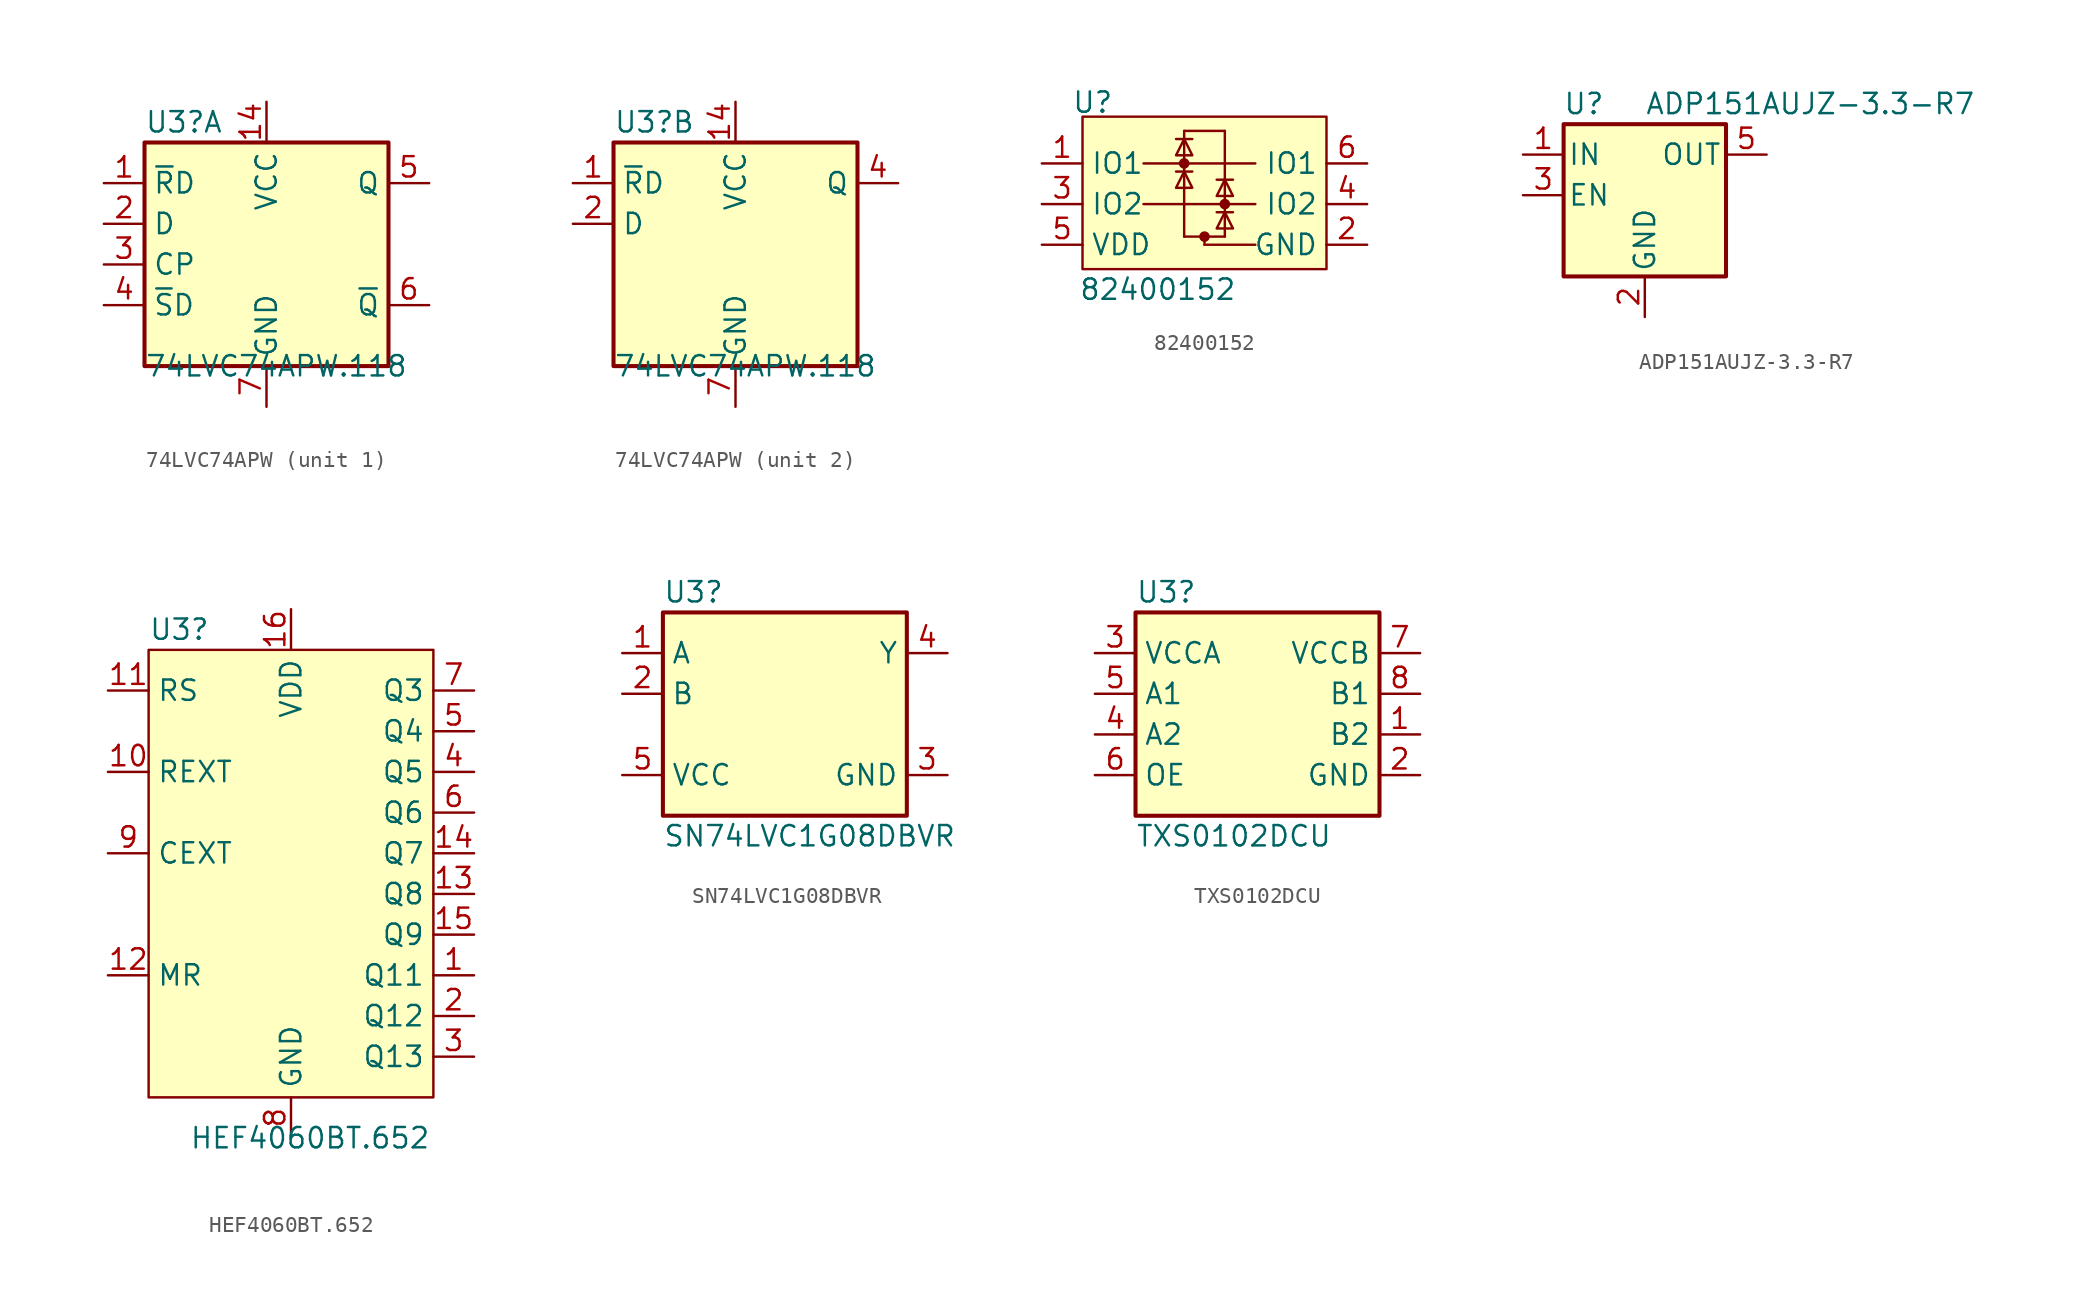
<source format=kicad_sym>
(kicad_symbol_lib
  (version 20220914)
  (generator kicad_symbol_editor)
  (symbol "74LVC74APW"
    (property "Reference" "U3"
      (at 2.54 3.81 0)
      (effects (font (size 1.27 1.27)) (justify left)))
    (property "Value" "74LVC74APW.118"
      (at 2.54 -11.43 0)
      (effects (font (size 1.27 1.27)) (justify left)))
    (symbol "74LVC74APW_0_1"
      (rectangle (start 2.54 2.54) (end 17.78 -11.43) (stroke (width 0.254) (type default)) (fill (type background)))
      (pin power_in line (at 10.16 5.08 270) (length 2.54) (name "VCC" (effects (font (size 1.27 1.27)))) (number "14" (effects (font (size 1.27 1.27)))))
      (pin power_in line (at 10.16 -13.97 90) (length 2.54) (name "GND" (effects (font (size 1.27 1.27)))) (number "7" (effects (font (size 1.27 1.27))))))
    (symbol "74LVC74APW_1_1"
      (pin bidirectional line (at 0 0 0) (length 2.54) (name "~{R}D" (effects (font (size 1.27 1.27)))) (number "1" (effects (font (size 1.27 1.27)))))
      (pin bidirectional line (at 0 -2.54 0) (length 2.54) (name "D" (effects (font (size 1.27 1.27)))) (number "2" (effects (font (size 1.27 1.27)))))
      (pin bidirectional line (at 0 -5.08 0) (length 2.54) (name "CP" (effects (font (size 1.27 1.27)))) (number "3" (effects (font (size 1.27 1.27)))))
      (pin bidirectional line (at 0 -7.62 0) (length 2.54) (name "~{S}D" (effects (font (size 1.27 1.27)))) (number "4" (effects (font (size 1.27 1.27)))))
      (pin bidirectional line (at 20.32 0 180) (length 2.54) (name "Q" (effects (font (size 1.27 1.27)))) (number "5" (effects (font (size 1.27 1.27)))))
      (pin bidirectional line (at 20.32 -7.62 180) (length 2.54) (name "~{Q}" (effects (font (size 1.27 1.27)))) (number "6" (effects (font (size 1.27 1.27))))))
    (symbol "74LVC74APW_2_1"
      (pin bidirectional line (at 0 0 0) (length 2.54) (name "~{R}D" (effects (font (size 1.27 1.27)))) (number "1" (effects (font (size 1.27 1.27)))))
      (pin bidirectional line (at 0 -2.54 0) (length 2.54) (name "D" (effects (font (size 1.27 1.27)))) (number "2" (effects (font (size 1.27 1.27)))))
      (pin bidirectional line (at 20.32 0 180) (length 2.54) (name "Q" (effects (font (size 1.27 1.27)))) (number "4" (effects (font (size 1.27 1.27)))))))
  (symbol "82400152"
    (property "Reference" "U"
      (at -8.255 6.35 0)
      (effects (font (size 1.27 1.27))))
    (property "Value" "82400152"
      (at -4.191 -5.334 0)
      (effects (font (size 1.27 1.27))))
    (symbol "82400152_0_1"
      (circle (center -2.54 2.54) (radius 0.254) (stroke (width 0) (type default)) (fill (type outline)))
      (circle (center -1.27 -2.032) (radius 0.254) (stroke (width 0) (type default)) (fill (type outline)))
      (polyline (pts (xy -2.54 2.54) (xy 1.905 2.54)) (stroke (width 0) (type default)) (fill (type none)))
      (polyline (pts (xy -2.54 4.572) (xy -2.54 -2.032)) (stroke (width 0) (type default)) (fill (type none)))
      (polyline (pts (xy -2.54 4.572) (xy 0 4.572)) (stroke (width 0) (type default)) (fill (type none)))
      (polyline (pts (xy -2.032 2.032) (xy -3.048 2.032)) (stroke (width 0) (type default)) (fill (type none)))
      (polyline (pts (xy -2.032 4.064) (xy -3.048 4.064)) (stroke (width 0) (type default)) (fill (type none)))
      (polyline (pts (xy 0 -2.032) (xy -2.54 -2.032)) (stroke (width 0) (type default)) (fill (type none)))
      (polyline (pts (xy 0 -2.032) (xy 0 4.572)) (stroke (width 0) (type default)) (fill (type none)))
      (polyline (pts (xy 0 0) (xy 1.905 0)) (stroke (width 0) (type default)) (fill (type none)))
      (polyline (pts (xy 0.508 -0.508) (xy -0.508 -0.508)) (stroke (width 0) (type default)) (fill (type none)))
      (polyline (pts (xy 0.508 1.524) (xy -0.508 1.524)) (stroke (width 0) (type default)) (fill (type none)))
      (polyline (pts (xy -2.54 2.032) (xy -3.048 1.016) (xy -2.032 1.016) (xy -2.54 2.032)) (stroke (width 0) (type default)) (fill (type none)))
      (polyline (pts (xy -2.54 4.064) (xy -3.048 3.048) (xy -2.032 3.048) (xy -2.54 4.064)) (stroke (width 0) (type default)) (fill (type none)))
      (polyline (pts (xy 0 -0.508) (xy -0.508 -1.524) (xy 0.508 -1.524) (xy 0 -0.508)) (stroke (width 0) (type default)) (fill (type none)))
      (polyline (pts (xy 0 1.524) (xy -0.508 0.508) (xy 0.508 0.508) (xy 0 1.524)) (stroke (width 0) (type default)) (fill (type none)))
      (circle (center 0 0) (radius 0.254) (stroke (width 0) (type default)) (fill (type outline))))
    (symbol "82400152_1_1"
      (rectangle (start -8.89 5.461) (end 6.35 -4.064) (stroke (width 0) (type default)) (fill (type background)))
      (polyline (pts (xy -2.54 2.54) (xy -5.08 2.54)) (stroke (width 0) (type default)) (fill (type none)))
      (polyline (pts (xy -1.27 -2.54) (xy 1.905 -2.54)) (stroke (width 0) (type default)) (fill (type none)))
      (polyline (pts (xy -1.27 -2.032) (xy -1.27 -2.54)) (stroke (width 0) (type default)) (fill (type none)))
      (polyline (pts (xy 0 0) (xy -5.08 0)) (stroke (width 0) (type default)) (fill (type none)))
      (pin passive line (at -11.43 2.54 0) (length 2.54) (name "IO1" (effects (font (size 1.27 1.27)))) (number "1" (effects (font (size 1.27 1.27)))))
      (pin passive line (at 8.89 -2.54 180) (length 2.54) (name "GND" (effects (font (size 1.27 1.27)))) (number "2" (effects (font (size 1.27 1.27)))))
      (pin passive line (at -11.43 0 0) (length 2.54) (name "IO2" (effects (font (size 1.27 1.27)))) (number "3" (effects (font (size 1.27 1.27)))))
      (pin passive line (at 8.89 0 180) (length 2.54) (name "IO2" (effects (font (size 1.27 1.27)))) (number "4" (effects (font (size 1.27 1.27)))))
      (pin passive line (at -11.43 -2.54 0) (length 2.54) (name "VDD" (effects (font (size 1.27 1.27)))) (number "5" (effects (font (size 1.27 1.27)))))
      (pin passive line (at 8.89 2.54 180) (length 2.54) (name "IO1" (effects (font (size 1.27 1.27)))) (number "6" (effects (font (size 1.27 1.27)))))))
  (symbol "ADP151AUJZ-3.3-R7"
    (pin_names
      (offset 0.254))
    (property "Reference" "U"
      (at -3.81 5.715 0)
      (effects (font (size 1.27 1.27))))
    (property "Value" "ADP151AUJZ-3.3-R7"
      (at 0 5.715 0)
      (effects (font (size 1.27 1.27)) (justify left)))
    (symbol "ADP151AUJZ-3.3-R7_0_1"
      (rectangle (start -5.08 4.445) (end 5.08 -5.08) (stroke (width 0.254) (type default)) (fill (type background))))
    (symbol "ADP151AUJZ-3.3-R7_1_1"
      (pin power_in line (at -7.62 2.54 0) (length 2.54) (name "IN" (effects (font (size 1.27 1.27)))) (number "1" (effects (font (size 1.27 1.27)))))
      (pin power_in line (at 0 -7.62 90) (length 2.54) (name "GND" (effects (font (size 1.27 1.27)))) (number "2" (effects (font (size 1.27 1.27)))))
      (pin input line (at -7.62 0 0) (length 2.54) (name "EN" (effects (font (size 1.27 1.27)))) (number "3" (effects (font (size 1.27 1.27)))))
      (pin no_connect line (at 5.08 0 180) (length 2.54) hide (name "NC" (effects (font (size 1.27 1.27)))) (number "4" (effects (font (size 1.27 1.27)))))
      (pin power_out line (at 7.62 2.54 180) (length 2.54) (name "OUT" (effects (font (size 1.27 1.27)))) (number "5" (effects (font (size 1.27 1.27)))))))
  (symbol "HEF4060BT.652"
    (property "Reference" "U3"
      (at 2.54 3.81 0)
      (effects (font (size 1.27 1.27)) (justify left)))
    (property "Value" "HEF4060BT.652"
      (at 5.08 -27.94 0)
      (effects (font (size 1.27 1.27)) (justify left)))
    (symbol "HEF4060BT.652_1_0"
      (pin output line (at 22.86 -17.78 180) (length 2.54) (name "Q11" (effects (font (size 1.27 1.27)))) (number "1" (effects (font (size 1.27 1.27)))))
      (pin input line (at 0 0 0) (length 2.54) (name "RS" (effects (font (size 1.27 1.27)))) (number "11" (effects (font (size 1.27 1.27)))))
      (pin input line (at 0 -17.78 0) (length 2.54) (name "MR" (effects (font (size 1.27 1.27)))) (number "12" (effects (font (size 1.27 1.27)))))
      (pin output line (at 22.86 -12.7 180) (length 2.54) (name "Q8" (effects (font (size 1.27 1.27)))) (number "13" (effects (font (size 1.27 1.27)))))
      (pin output line (at 22.86 -10.16 180) (length 2.54) (name "Q7" (effects (font (size 1.27 1.27)))) (number "14" (effects (font (size 1.27 1.27)))))
      (pin output line (at 22.86 -15.24 180) (length 2.54) (name "Q9" (effects (font (size 1.27 1.27)))) (number "15" (effects (font (size 1.27 1.27)))))
      (pin power_in line (at 11.43 5.08 270) (length 2.54) (name "VDD" (effects (font (size 1.27 1.27)))) (number "16" (effects (font (size 1.27 1.27)))))
      (pin output line (at 22.86 -20.32 180) (length 2.54) (name "Q12" (effects (font (size 1.27 1.27)))) (number "2" (effects (font (size 1.27 1.27)))))
      (pin output line (at 22.86 -22.86 180) (length 2.54) (name "Q13" (effects (font (size 1.27 1.27)))) (number "3" (effects (font (size 1.27 1.27)))))
      (pin output line (at 22.86 -5.08 180) (length 2.54) (name "Q5" (effects (font (size 1.27 1.27)))) (number "4" (effects (font (size 1.27 1.27)))))
      (pin output line (at 22.86 -2.54 180) (length 2.54) (name "Q4" (effects (font (size 1.27 1.27)))) (number "5" (effects (font (size 1.27 1.27)))))
      (pin output line (at 22.86 -7.62 180) (length 2.54) (name "Q6" (effects (font (size 1.27 1.27)))) (number "6" (effects (font (size 1.27 1.27)))))
      (pin output line (at 22.86 0 180) (length 2.54) (name "Q3" (effects (font (size 1.27 1.27)))) (number "7" (effects (font (size 1.27 1.27)))))
      (pin power_in line (at 11.43 -27.94 90) (length 2.54) (name "GND" (effects (font (size 1.27 1.27)))) (number "8" (effects (font (size 1.27 1.27)))))
      (pin bidirectional line (at 0 -10.16 0) (length 2.54) (name "CEXT" (effects (font (size 1.27 1.27)))) (number "9" (effects (font (size 1.27 1.27))))))
    (symbol "HEF4060BT.652_1_1"
      (rectangle (start 2.54 2.54) (end 20.32 -25.4) (stroke (width 0) (type default)) (fill (type background)))
      (pin bidirectional line (at 0 -5.08 0) (length 2.54) (name "REXT" (effects (font (size 1.27 1.27)))) (number "10" (effects (font (size 1.27 1.27)))))))
  (symbol "SN74LVC1G08DBVR"
    (property "Reference" "U3"
      (at 2.54 3.81 0)
      (effects (font (size 1.27 1.27)) (justify left)))
    (property "Value" "SN74LVC1G08DBVR"
      (at 2.54 -11.43 0)
      (effects (font (size 1.27 1.27)) (justify left)))
    (symbol "SN74LVC1G08DBVR_0_1"
      (rectangle (start 2.54 2.54) (end 17.78 -10.16) (stroke (width 0.254) (type default)) (fill (type background))))
    (symbol "SN74LVC1G08DBVR_1_1"
      (pin bidirectional line (at 0 0 0) (length 2.54) (name "A" (effects (font (size 1.27 1.27)))) (number "1" (effects (font (size 1.27 1.27)))))
      (pin bidirectional line (at 0 -2.54 0) (length 2.54) (name "B" (effects (font (size 1.27 1.27)))) (number "2" (effects (font (size 1.27 1.27)))))
      (pin power_in line (at 20.32 -7.62 180) (length 2.54) (name "GND" (effects (font (size 1.27 1.27)))) (number "3" (effects (font (size 1.27 1.27)))))
      (pin bidirectional line (at 20.32 0 180) (length 2.54) (name "Y" (effects (font (size 1.27 1.27)))) (number "4" (effects (font (size 1.27 1.27)))))
      (pin power_in line (at 0 -7.62 0) (length 2.54) (name "VCC" (effects (font (size 1.27 1.27)))) (number "5" (effects (font (size 1.27 1.27)))))))
  (symbol "TXS0102DCU"
    (property "Reference" "U3"
      (at 2.54 3.81 0)
      (effects (font (size 1.27 1.27)) (justify left)))
    (property "Value" "TXS0102DCU"
      (at 2.54 -11.43 0)
      (effects (font (size 1.27 1.27)) (justify left)))
    (symbol "TXS0102DCU_0_1"
      (rectangle (start 2.54 2.54) (end 17.78 -10.16) (stroke (width 0.254) (type default)) (fill (type background))))
    (symbol "TXS0102DCU_1_1"
      (pin bidirectional line (at 20.32 -5.08 180) (length 2.54) (name "B2" (effects (font (size 1.27 1.27)))) (number "1" (effects (font (size 1.27 1.27)))))
      (pin power_in line (at 20.32 -7.62 180) (length 2.54) (name "GND" (effects (font (size 1.27 1.27)))) (number "2" (effects (font (size 1.27 1.27)))))
      (pin power_in line (at 0 0 0) (length 2.54) (name "VCCA" (effects (font (size 1.27 1.27)))) (number "3" (effects (font (size 1.27 1.27)))))
      (pin bidirectional line (at 0 -5.08 0) (length 2.54) (name "A2" (effects (font (size 1.27 1.27)))) (number "4" (effects (font (size 1.27 1.27)))))
      (pin bidirectional line (at 0 -2.54 0) (length 2.54) (name "A1" (effects (font (size 1.27 1.27)))) (number "5" (effects (font (size 1.27 1.27)))))
      (pin input line (at 0 -7.62 0) (length 2.54) (name "OE" (effects (font (size 1.27 1.27)))) (number "6" (effects (font (size 1.27 1.27)))))
      (pin power_in line (at 20.32 0 180) (length 2.54) (name "VCCB" (effects (font (size 1.27 1.27)))) (number "7" (effects (font (size 1.27 1.27)))))
      (pin bidirectional line (at 20.32 -2.54 180) (length 2.54) (name "B1" (effects (font (size 1.27 1.27)))) (number "8" (effects (font (size 1.27 1.27))))))))
</source>
